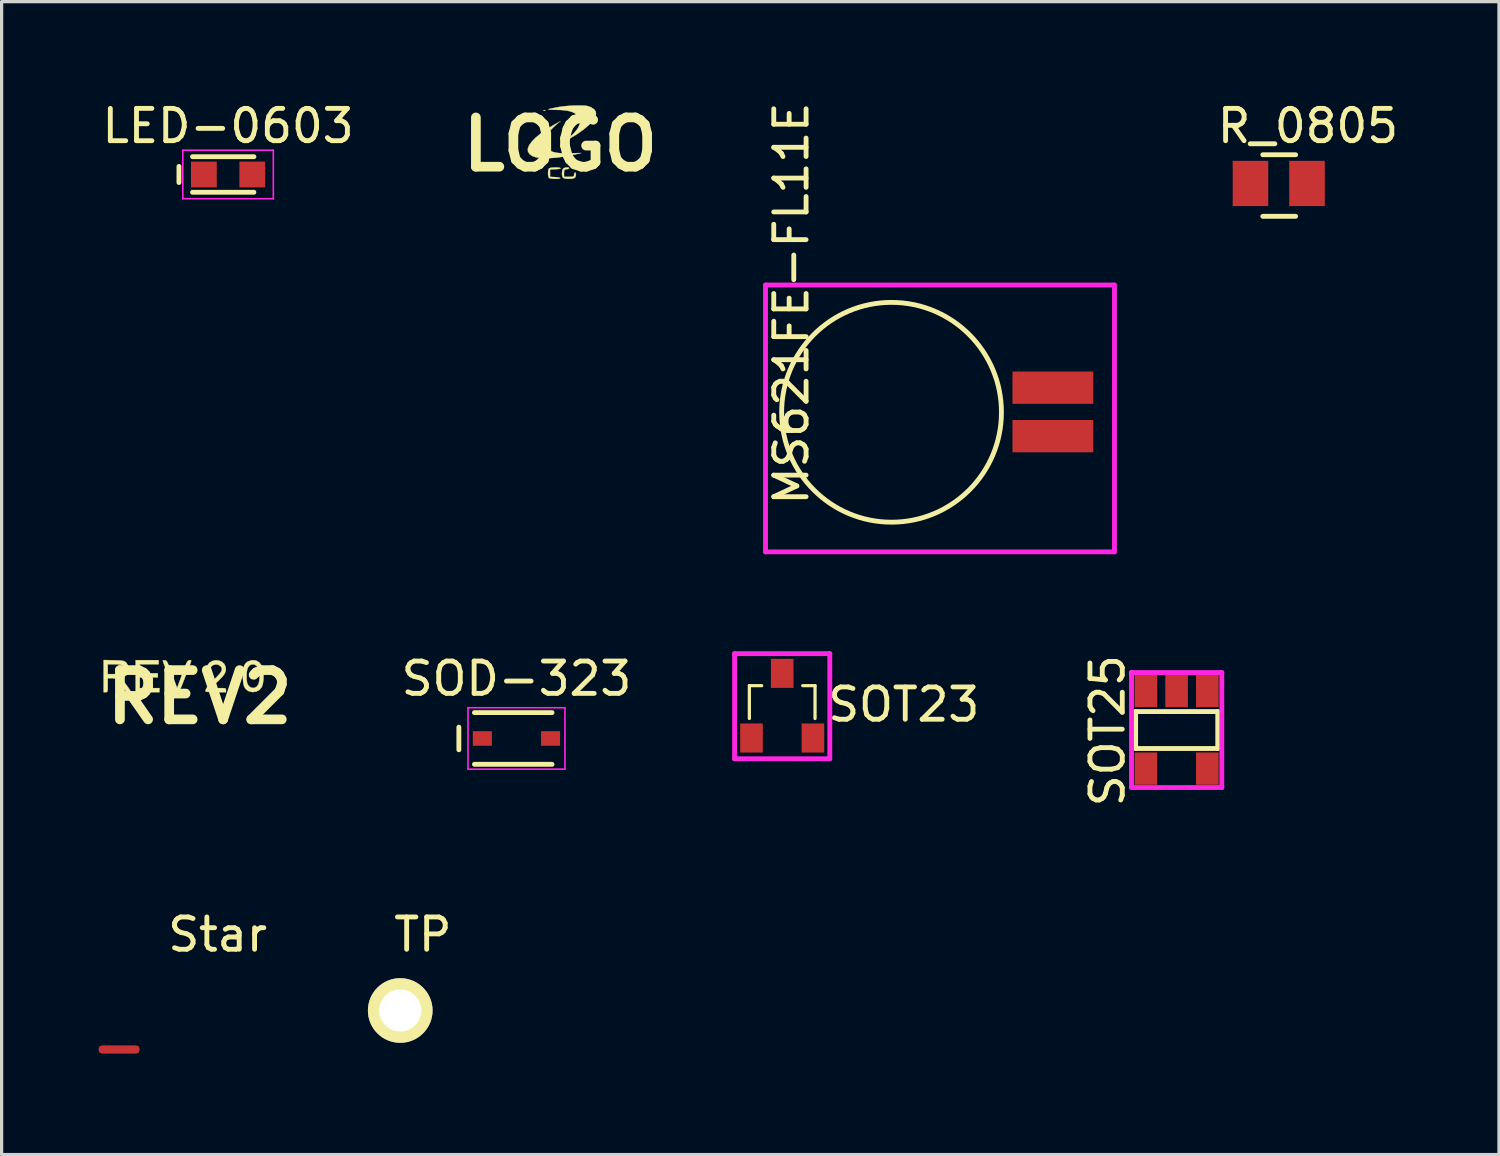
<source format=kicad_pcb>
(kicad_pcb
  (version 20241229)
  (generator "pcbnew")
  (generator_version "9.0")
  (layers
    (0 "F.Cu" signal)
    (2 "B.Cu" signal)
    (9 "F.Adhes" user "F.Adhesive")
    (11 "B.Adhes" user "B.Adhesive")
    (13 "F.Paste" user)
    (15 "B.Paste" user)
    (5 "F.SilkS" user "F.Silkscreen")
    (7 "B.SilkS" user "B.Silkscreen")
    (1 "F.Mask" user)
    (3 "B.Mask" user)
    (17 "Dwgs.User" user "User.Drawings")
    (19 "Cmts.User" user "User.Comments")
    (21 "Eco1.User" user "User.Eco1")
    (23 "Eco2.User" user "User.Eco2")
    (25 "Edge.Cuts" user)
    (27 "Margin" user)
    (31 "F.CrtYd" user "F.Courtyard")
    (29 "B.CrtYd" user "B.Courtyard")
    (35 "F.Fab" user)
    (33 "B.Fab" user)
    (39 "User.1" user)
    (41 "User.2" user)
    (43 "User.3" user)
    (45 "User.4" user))
  (footprint "SOD-323"
    (layer "F.Cu")
    (at 12.928 19.796)
    (property "Reference" "SOD-323" (at 0 -1.85 0) (layer "F.SilkS") (effects (font (size 1 1) (thickness 0.15))))
    (attr smd)
    (fp_line (start -1.782 -0.35) (end -1.782 0.35) (stroke (width 0.15) (type solid)) (layer "F.SilkS"))
    (fp_line (start -1.3 -0.8) (end 1.1 -0.8) (stroke (width 0.15) (type solid)) (layer "F.SilkS"))
    (fp_line (start -1.3 0.8) (end 1.1 0.8) (stroke (width 0.15) (type solid)) (layer "F.SilkS"))
    (fp_line (start -1.5 -0.95) (end -1.5 0.95) (stroke (width 0.05) (type solid)) (layer "F.CrtYd"))
    (fp_line (start -1.5 -0.95) (end 1.5 -0.95) (stroke (width 0.05) (type solid)) (layer "F.CrtYd"))
    (fp_line (start -1.5 0.95) (end 1.5 0.95) (stroke (width 0.05) (type solid)) (layer "F.CrtYd"))
    (fp_line (start 1.5 -0.95) (end 1.5 0.95) (stroke (width 0.05) (type solid)) (layer "F.CrtYd"))
    (pad "1" smd rect (at -1.055 0) (size 0.59 0.45) (layers "F.Cu" "F.Mask" "F.Paste"))
    (pad "2" smd rect (at 1.055 0) (size 0.59 0.45) (layers "F.Cu" "F.Mask" "F.Paste")))
  (footprint "SOT23"
    (placed yes)
    (layer "F.Cu")
    (at 21.149 17.782)
    (property "Reference" "SOT23" (at 3.759 0.965 0) (layer "F.SilkS") (effects (font (size 1 1) (thickness 0.15))))
    (attr through_hole)
    (fp_line (start -1.016 0.381) (end -1.016 1.397) (stroke (width 0.1) (type solid)) (layer "F.SilkS"))
    (fp_line (start -0.635 0.381) (end -1.016 0.381) (stroke (width 0.1) (type solid)) (layer "F.SilkS"))
    (fp_line (start 0.635 0.381) (end 1.016 0.381) (stroke (width 0.1) (type solid)) (layer "F.SilkS"))
    (fp_line (start 1.016 0.381) (end 1.016 1.397) (stroke (width 0.1) (type solid)) (layer "F.SilkS"))
    (fp_line (start -1.473 2.642) (end -1.473 -0.61) (stroke (width 0.15) (type solid)) (layer "F.CrtYd"))
    (fp_line (start -1.422 2.642) (end -1.473 2.642) (stroke (width 0.15) (type solid)) (layer "F.CrtYd"))
    (fp_line (start 1.473 -0.61) (end -1.473 -0.61) (stroke (width 0.15) (type solid)) (layer "F.CrtYd"))
    (fp_line (start 1.473 -0.61) (end 1.473 2.642) (stroke (width 0.15) (type solid)) (layer "F.CrtYd"))
    (fp_line (start 1.473 2.642) (end -1.422 2.642) (stroke (width 0.15) (type solid)) (layer "F.CrtYd"))
    (pad "1" smd rect (at -0.95 2) (size 0.7 0.9) (layers "F.Cu" "F.Mask" "F.Paste"))
    (pad "2" smd rect (at 0.95 2) (size 0.7 0.9) (layers "F.Cu" "F.Mask" "F.Paste"))
    (pad "3" smd rect (at 0 0) (size 0.7 0.9) (layers "F.Cu" "F.Mask" "F.Paste")))
  (footprint "LED-0603"
    (layer "F.Cu")
    (at 4.006 2.348)
    (property "Reference" "LED-0603" (at 0 -1.5 0) (layer "F.SilkS") (effects (font (size 1 1) (thickness 0.15))))
    (attr smd)
    (fp_line (start -1.52 -0.25) (end -1.52 0.25) (stroke (width 0.15) (type solid)) (layer "F.SilkS"))
    (fp_line (start -1.1 -0.55) (end 0.8 -0.55) (stroke (width 0.15) (type solid)) (layer "F.SilkS"))
    (fp_line (start -1.1 0.55) (end 0.8 0.55) (stroke (width 0.15) (type solid)) (layer "F.SilkS"))
    (fp_line (start -1.4 -0.75) (end 1.4 -0.75) (stroke (width 0.05) (type solid)) (layer "F.CrtYd"))
    (fp_line (start -1.4 0.75) (end -1.4 -0.75) (stroke (width 0.05) (type solid)) (layer "F.CrtYd"))
    (fp_line (start 1.4 -0.75) (end 1.4 0.75) (stroke (width 0.05) (type solid)) (layer "F.CrtYd"))
    (fp_line (start 1.4 0.75) (end -1.4 0.75) (stroke (width 0.05) (type solid)) (layer "F.CrtYd"))
    (pad "1" smd rect (at -0.749 0 180) (size 0.798 0.798) (layers "F.Cu" "F.Mask" "F.Paste"))
    (pad "2" smd rect (at 0.749 0 180) (size 0.798 0.798) (layers "F.Cu" "F.Mask" "F.Paste")))
  (footprint "Star"
    (layer "F.Cu")
    (at 0.635 29.419)
    (property "Reference" "Star" (at 3.048 -3.556 0) (layer "F.SilkS") (effects (font (size 1 1) (thickness 0.15))))
    (attr through_hole)
    (fp_line (start 0.508 0) (end -0.508 0) (stroke (width 0.254) (type solid)) (layer "F.Cu"))
    (pad "1" smd rect (at -0.508 0) (size 0.2 0.2) (layers "F.Cu" "F.Mask" "F.Paste"))
    (pad "2" smd rect (at 0.508 0) (size 0.2 0.2) (layers "F.Cu" "F.Mask" "F.Paste")))
  (footprint "MS621FE-FL11E"
    (layer "F.Cu")
    (at 29.523 8.943)
    (property "Reference" "MS621FE-FL11E" (at -8.09 -2.603 90) (layer "F.SilkS") (effects (font (size 1 1) (thickness 0.15))))
    (attr through_hole)
    (fp_circle (center -4.991 0.762) (end -4.991 4.162) (stroke (width 0.15) (type solid)) (fill no) (layer "F.SilkS"))
    (fp_line (start -8.89 -3.175) (end -8.89 5.08) (stroke (width 0.15) (type solid)) (layer "F.CrtYd"))
    (fp_line (start -8.89 -3.175) (end 1.905 -3.175) (stroke (width 0.15) (type solid)) (layer "F.CrtYd"))
    (fp_line (start -8.89 5.08) (end 1.905 5.08) (stroke (width 0.15) (type solid)) (layer "F.CrtYd"))
    (fp_line (start 1.905 -3.175) (end 1.905 5.08) (stroke (width 0.15) (type solid)) (layer "F.CrtYd"))
    (pad "1" smd rect (at 0 0) (size 2.5 1) (layers "F.Cu" "F.Mask" "F.Paste"))
    (pad "2" smd rect (at 0 1.5) (size 2.5 1) (layers "F.Cu" "F.Mask" "F.Paste")))
  (footprint "TP"
    (layer "F.Cu")
    (at 9.332 28.212)
    (property "Reference" "TP" (at 0.699 -2.349 0) (layer "F.SilkS") (effects (font (size 1 1) (thickness 0.15))))
    (attr through_hole)
    (pad "1" thru_hole circle (at 0 0) (size 2 2) (drill 1.3) (layers "*.Cu" "*.Mask" "F.SilkS")))
  (footprint "SOT25"
    (placed yes)
    (layer "F.Cu")
    (at 32.401 18.329)
    (property "Reference" "SOT25" (at -1.186 1.227 90) (layer "F.SilkS") (effects (font (size 1 1) (thickness 0.15))))
    (attr through_hole)
    (fp_line (start -0.445 -0.508) (end -0.445 -0.572) (stroke (width 0.15) (type solid)) (layer "F.SilkS"))
    (fp_line (start -0.318 0.635) (end -0.318 1.778) (stroke (width 0.15) (type solid)) (layer "F.SilkS"))
    (fp_line (start -0.318 1.778) (end 2.223 1.778) (stroke (width 0.15) (type solid)) (layer "F.SilkS"))
    (fp_line (start 2.223 0.635) (end -0.318 0.635) (stroke (width 0.15) (type solid)) (layer "F.SilkS"))
    (fp_line (start 2.223 1.778) (end 2.223 0.635) (stroke (width 0.15) (type solid)) (layer "F.SilkS"))
    (fp_line (start -0.445 -0.572) (end 2.349 -0.572) (stroke (width 0.15) (type solid)) (layer "F.CrtYd"))
    (fp_line (start -0.445 2.985) (end -0.445 -0.508) (stroke (width 0.15) (type solid)) (layer "F.CrtYd"))
    (fp_line (start 2.349 -0.572) (end 2.349 2.985) (stroke (width 0.15) (type solid)) (layer "F.CrtYd"))
    (fp_line (start 2.349 2.985) (end -0.445 2.985) (stroke (width 0.15) (type solid)) (layer "F.CrtYd"))
    (pad "1" smd rect (at 0 0) (size 0.7 1) (layers "F.Cu" "F.Mask" "F.Paste"))
    (pad "2" smd rect (at 0.95 0) (size 0.7 1) (layers "F.Cu" "F.Mask" "F.Paste"))
    (pad "3" smd rect (at 1.9 0) (size 0.7 1) (layers "F.Cu" "F.Mask" "F.Paste"))
    (pad "4" smd rect (at 0 2.4) (size 0.7 1) (layers "F.Cu" "F.Mask" "F.Paste"))
    (pad "5" smd rect (at 1.9 2.4) (size 0.7 1) (layers "F.Cu" "F.Mask" "F.Paste")))
  (footprint "REV2"
    (layer "F.Cu")
    (at 3.128 18.516)
    (property "Reference" "REV2" (at 0 0 0) (layer "F.SilkS") (effects (font (size 1.524 1.524) (thickness 0.3))))
    (attr through_hole)
    (fp_poly (pts (xy -1.27 -1.016) (xy -1.854 -1.016) (xy -1.854 -0.737) (xy -1.295 -0.737) (xy -1.295 -0.61) (xy -1.854 -0.61) (xy -1.854 -0.279) (xy -1.245 -0.279) (xy -1.245 -0.152) (xy -1.981 -0.152) (xy -1.981 -1.143) (xy -1.27 -1.143) (xy -1.27 -1.016)) (stroke (width 0.01) (type solid)) (fill yes) (layer "F.SilkS"))
    (fp_poly (pts (xy 1.128 -0.269) (xy 1.143 -0.228) (xy 1.143 -0.216) (xy 1.133 -0.168) (xy 1.091 -0.153) (xy 1.079 -0.152) (xy 1.031 -0.163) (xy 1.016 -0.204) (xy 1.016 -0.216) (xy 1.026 -0.264) (xy 1.068 -0.279) (xy 1.079 -0.279) (xy 1.128 -0.269)) (stroke (width 0.01) (type solid)) (fill yes) (layer "F.SilkS"))
    (fp_poly (pts (xy -0.266 -1.136) (xy -0.265 -1.115) (xy -0.276 -1.074) (xy -0.299 -1.007) (xy -0.336 -0.91) (xy -0.388 -0.777) (xy -0.454 -0.61) (xy -0.515 -0.454) (xy -0.561 -0.34) (xy -0.596 -0.261) (xy -0.624 -0.209) (xy -0.647 -0.179) (xy -0.671 -0.164) (xy -0.697 -0.158) (xy -0.708 -0.157) (xy -0.769 -0.16) (xy -0.801 -0.189) (xy -0.809 -0.208) (xy -0.855 -0.331) (xy -0.906 -0.468) (xy -0.958 -0.611) (xy -1.009 -0.751) (xy -1.055 -0.881) (xy -1.095 -0.992) (xy -1.124 -1.075) (xy -1.141 -1.123) (xy -1.143 -1.132) (xy -1.121 -1.14) (xy -1.076 -1.138) (xy -1.051 -1.132) (xy -1.028 -1.116) (xy -1.005 -1.083) (xy -0.977 -1.027) (xy -0.942 -0.941) (xy -0.896 -0.819) (xy -0.854 -0.706) (xy -0.699 -0.282) (xy -0.543 -0.706) (xy -0.487 -0.858) (xy -0.444 -0.969) (xy -0.411 -1.046) (xy -0.385 -1.094) (xy -0.362 -1.122) (xy -0.339 -1.134) (xy -0.318 -1.139) (xy -0.293 -1.142) (xy -0.275 -1.143) (xy -0.266 -1.136)) (stroke (width 0.01) (type solid)) (fill yes) (layer "F.SilkS"))
    (fp_poly (pts (xy 1.734 -1.134) (xy 1.834 -1.081) (xy 1.911 -0.986) (xy 1.944 -0.912) (xy 1.968 -0.797) (xy 1.977 -0.66) (xy 1.97 -0.519) (xy 1.95 -0.393) (xy 1.92 -0.309) (xy 1.849 -0.222) (xy 1.75 -0.17) (xy 1.638 -0.154) (xy 1.524 -0.179) (xy 1.484 -0.2) (xy 1.419 -0.254) (xy 1.374 -0.328) (xy 1.348 -0.43) (xy 1.336 -0.569) (xy 1.334 -0.649) (xy 1.449 -0.649) (xy 1.453 -0.532) (xy 1.468 -0.437) (xy 1.474 -0.416) (xy 1.527 -0.333) (xy 1.601 -0.288) (xy 1.684 -0.283) (xy 1.764 -0.323) (xy 1.772 -0.33) (xy 1.817 -0.401) (xy 1.844 -0.504) (xy 1.855 -0.626) (xy 1.849 -0.749) (xy 1.826 -0.86) (xy 1.786 -0.943) (xy 1.776 -0.954) (xy 1.698 -1.007) (xy 1.617 -1.015) (xy 1.543 -0.981) (xy 1.488 -0.907) (xy 1.474 -0.87) (xy 1.456 -0.768) (xy 1.449 -0.649) (xy 1.334 -0.649) (xy 1.334 -0.66) (xy 1.341 -0.819) (xy 1.362 -0.937) (xy 1.4 -1.021) (xy 1.459 -1.081) (xy 1.498 -1.104) (xy 1.619 -1.143) (xy 1.734 -1.134)) (stroke (width 0.01) (type solid)) (fill yes) (layer "F.SilkS"))
    (fp_poly (pts (xy 0.595 -1.13) (xy 0.688 -1.092) (xy 0.761 -1.025) (xy 0.801 -0.937) (xy 0.811 -0.857) (xy 0.799 -0.785) (xy 0.762 -0.71) (xy 0.695 -0.624) (xy 0.593 -0.518) (xy 0.562 -0.489) (xy 0.343 -0.279) (xy 0.578 -0.279) (xy 0.688 -0.279) (xy 0.757 -0.276) (xy 0.794 -0.267) (xy 0.81 -0.251) (xy 0.813 -0.224) (xy 0.813 -0.216) (xy 0.813 -0.152) (xy 0.495 -0.152) (xy 0.371 -0.154) (xy 0.27 -0.159) (xy 0.203 -0.167) (xy 0.178 -0.176) (xy 0.178 -0.176) (xy 0.191 -0.237) (xy 0.234 -0.311) (xy 0.31 -0.404) (xy 0.422 -0.521) (xy 0.457 -0.555) (xy 0.568 -0.666) (xy 0.642 -0.753) (xy 0.681 -0.822) (xy 0.687 -0.879) (xy 0.665 -0.93) (xy 0.635 -0.965) (xy 0.568 -1.004) (xy 0.489 -1.01) (xy 0.413 -0.989) (xy 0.356 -0.944) (xy 0.33 -0.88) (xy 0.33 -0.875) (xy 0.317 -0.847) (xy 0.273 -0.852) (xy 0.222 -0.871) (xy 0.205 -0.895) (xy 0.219 -0.941) (xy 0.236 -0.977) (xy 0.3 -1.063) (xy 0.389 -1.116) (xy 0.491 -1.139) (xy 0.595 -1.13)) (stroke (width 0.01) (type solid)) (fill yes) (layer "F.SilkS"))
    (fp_poly (pts (xy -2.655 -1.139) (xy -2.522 -1.135) (xy -2.43 -1.129) (xy -2.368 -1.121) (xy -2.327 -1.108) (xy -2.296 -1.087) (xy -2.272 -1.064) (xy -2.217 -0.979) (xy -2.192 -0.875) (xy -2.201 -0.772) (xy -2.215 -0.737) (xy -2.259 -0.685) (xy -2.327 -0.635) (xy -2.345 -0.626) (xy -2.442 -0.578) (xy -2.368 -0.499) (xy -2.32 -0.442) (xy -2.264 -0.369) (xy -2.209 -0.293) (xy -2.163 -0.225) (xy -2.137 -0.178) (xy -2.134 -0.167) (xy -2.156 -0.156) (xy -2.203 -0.152) (xy -2.252 -0.162) (xy -2.296 -0.198) (xy -2.347 -0.269) (xy -2.349 -0.273) (xy -2.412 -0.364) (xy -2.482 -0.455) (xy -2.511 -0.489) (xy -2.569 -0.547) (xy -2.621 -0.575) (xy -2.691 -0.584) (xy -2.721 -0.584) (xy -2.845 -0.584) (xy -2.845 -0.368) (xy -2.845 -0.264) (xy -2.849 -0.2) (xy -2.859 -0.167) (xy -2.878 -0.154) (xy -2.908 -0.152) (xy -2.972 -0.152) (xy -2.972 -1.016) (xy -2.845 -1.016) (xy -2.845 -0.711) (xy -2.655 -0.711) (xy -2.553 -0.715) (xy -2.463 -0.725) (xy -2.404 -0.74) (xy -2.402 -0.74) (xy -2.34 -0.791) (xy -2.316 -0.858) (xy -2.329 -0.926) (xy -2.379 -0.98) (xy -2.404 -0.992) (xy -2.46 -1.004) (xy -2.549 -1.013) (xy -2.651 -1.016) (xy -2.656 -1.016) (xy -2.845 -1.016) (xy -2.972 -1.016) (xy -2.972 -1.147) (xy -2.655 -1.139)) (stroke (width 0.01) (type solid)) (fill yes) (layer "F.SilkS")))
  (footprint "R_0805"
    (layer "F.Cu")
    (at 35.636 2.626)
    (property "Reference" "R_0805" (at 1.778 -1.778 0) (layer "F.SilkS") (effects (font (size 1 1) (thickness 0.15))))
    (attr through_hole)
    (fp_line (start 0.381 -0.889) (end 1.397 -0.889) (stroke (width 0.15) (type solid)) (layer "F.SilkS"))
    (fp_line (start 0.381 1.016) (end 1.397 1.016) (stroke (width 0.15) (type solid)) (layer "F.SilkS"))
    (pad "1" smd rect (at 0 0) (size 1.1 1.4) (layers "F.Cu" "F.Mask" "F.Paste"))
    (pad "2" smd rect (at 1.75 0) (size 1.1 1.4) (layers "F.Cu" "F.Mask" "F.Paste")))
  (footprint "LOGO"
    (layer "F.Cu")
    (at 14.285 1.418)
    (property "Reference" "LOGO" (at 0 0 0) (layer "F.SilkS") (effects (font (size 1.524 1.524) (thickness 0.3))))
    (attr through_hole)
    (fp_poly (pts (xy 0 -0.699) (xy -0.013 -0.686) (xy -0.025 -0.699) (xy -0.013 -0.711) (xy 0 -0.699)) (stroke (width 0.01) (type solid)) (fill yes) (layer "F.SilkS"))
    (fp_poly (pts (xy -0.464 -1.057) (xy -0.472 -1.045) (xy -0.497 -1.043) (xy -0.525 -1.05) (xy -0.513 -1.059) (xy -0.473 -1.062) (xy -0.464 -1.057)) (stroke (width 0.01) (type solid)) (fill yes) (layer "F.SilkS"))
    (fp_poly (pts (xy -0.074 0.714) (xy -0.012 0.723) (xy 0.012 0.735) (xy -0.003 0.749) (xy -0.06 0.76) (xy -0.145 0.767) (xy -0.318 0.775) (xy -0.318 1.003) (xy -0.159 1.011) (xy -0.076 1.018) (xy -0.019 1.03) (xy 0 1.043) (xy -0.023 1.057) (xy -0.08 1.065) (xy -0.157 1.066) (xy -0.237 1.062) (xy -0.306 1.053) (xy -0.348 1.038) (xy -0.351 1.036) (xy -0.369 0.994) (xy -0.38 0.922) (xy -0.381 0.889) (xy -0.375 0.812) (xy -0.359 0.755) (xy -0.351 0.742) (xy -0.311 0.726) (xy -0.24 0.716) (xy -0.156 0.712) (xy -0.074 0.714)) (stroke (width 0.01) (type solid)) (fill yes) (layer "F.SilkS"))
    (fp_poly (pts (xy -0.224 -0.522) (xy -0.364 -0.376) (xy -0.458 -0.246) (xy -0.505 -0.13) (xy -0.505 -0.024) (xy -0.461 0.071) (xy -0.424 0.115) (xy -0.343 0.18) (xy -0.247 0.227) (xy -0.125 0.257) (xy 0.027 0.274) (xy 0.22 0.277) (xy 0.302 0.275) (xy 0.648 0.265) (xy 0.457 0.31) (xy 0.181 0.366) (xy -0.084 0.405) (xy -0.331 0.425) (xy -0.549 0.425) (xy -0.731 0.405) (xy -0.737 0.404) (xy -0.865 0.362) (xy -0.957 0.294) (xy -1.001 0.221) (xy -1.006 0.133) (xy -0.967 0.031) (xy -0.886 -0.084) (xy -0.767 -0.207) (xy -0.612 -0.336) (xy -0.426 -0.468) (xy -0.21 -0.599) (xy -0.191 -0.61) (xy -0.038 -0.695) (xy -0.224 -0.522)) (stroke (width 0.01) (type solid)) (fill yes) (layer "F.SilkS"))
    (fp_poly (pts (xy 0.267 0.72) (xy 0.276 0.738) (xy 0.245 0.758) (xy 0.197 0.767) (xy 0.146 0.775) (xy 0.122 0.796) (xy 0.115 0.845) (xy 0.114 0.889) (xy 0.114 1.003) (xy 0.267 1.003) (xy 0.351 1.002) (xy 0.398 0.994) (xy 0.419 0.975) (xy 0.427 0.938) (xy 0.427 0.933) (xy 0.443 0.877) (xy 0.464 0.867) (xy 0.48 0.904) (xy 0.483 0.939) (xy 0.465 1.011) (xy 0.433 1.041) (xy 0.37 1.058) (xy 0.281 1.065) (xy 0.188 1.062) (xy 0.114 1.047) (xy 0.095 1.039) (xy 0.066 1.005) (xy 0.052 0.939) (xy 0.051 0.889) (xy 0.061 0.793) (xy 0.098 0.738) (xy 0.168 0.714) (xy 0.214 0.711) (xy 0.267 0.72)) (stroke (width 0.01) (type solid)) (fill yes) (layer "F.SilkS"))
    (fp_poly (pts (xy 0.648 -1.204) (xy 0.749 -1.2) (xy 0.824 -1.191) (xy 0.884 -1.175) (xy 0.943 -1.152) (xy 0.946 -1.15) (xy 1.046 -1.087) (xy 1.099 -1.01) (xy 1.104 -0.919) (xy 1.061 -0.813) (xy 0.97 -0.691) (xy 0.904 -0.621) (xy 0.729 -0.468) (xy 0.511 -0.314) (xy 0.267 -0.167) (xy 0.14 -0.096) (xy 0.241 -0.18) (xy 0.408 -0.333) (xy 0.525 -0.474) (xy 0.593 -0.604) (xy 0.611 -0.723) (xy 0.581 -0.83) (xy 0.526 -0.902) (xy 0.443 -0.967) (xy 0.34 -1.014) (xy 0.208 -1.046) (xy 0.04 -1.064) (xy -0.138 -1.069) (xy -0.258 -1.071) (xy -0.336 -1.074) (xy -0.371 -1.081) (xy -0.361 -1.091) (xy -0.305 -1.106) (xy -0.201 -1.128) (xy -0.049 -1.157) (xy -0.038 -1.159) (xy 0.099 -1.179) (xy 0.265 -1.194) (xy 0.438 -1.203) (xy 0.508 -1.204) (xy 0.648 -1.204)) (stroke (width 0.01) (type solid)) (fill yes) (layer "F.SilkS")))
  (gr_rect
    (start -3 -3)
    (end 43.324 32.669)
    (stroke (width 0.1) (type default))
    (fill no)
    (layer "Edge.Cuts")))
</source>
